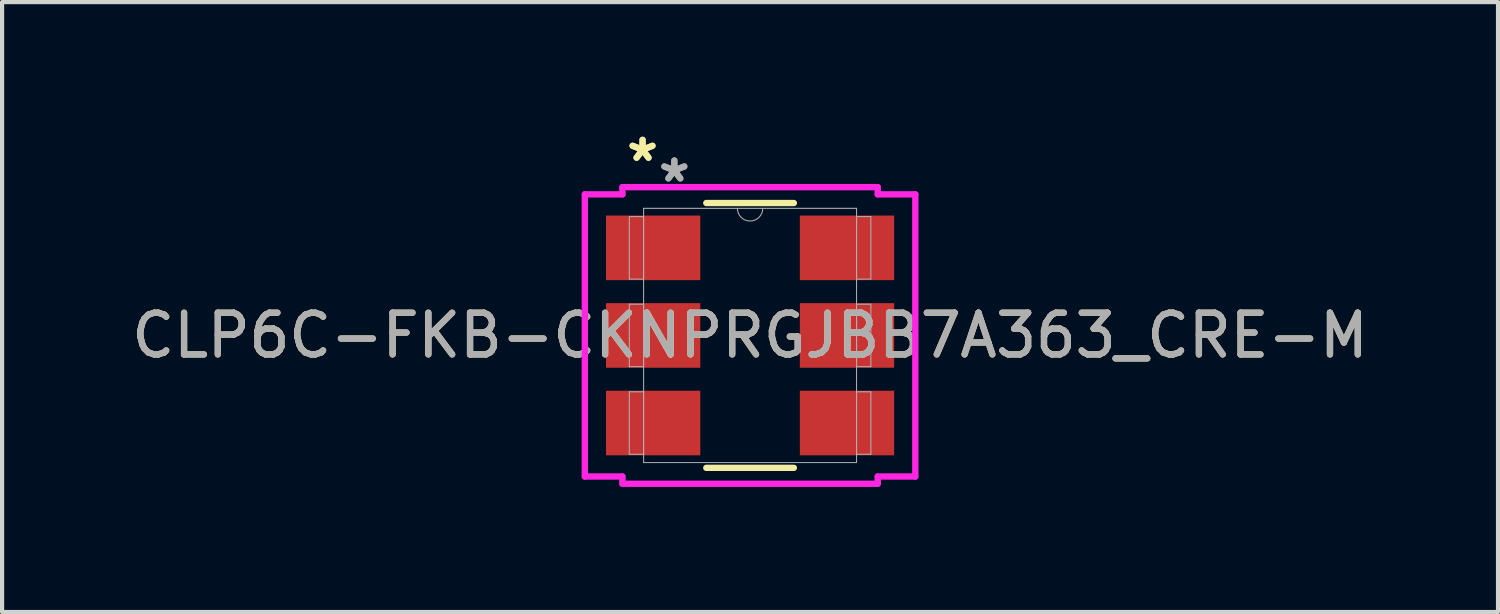
<source format=kicad_pcb>
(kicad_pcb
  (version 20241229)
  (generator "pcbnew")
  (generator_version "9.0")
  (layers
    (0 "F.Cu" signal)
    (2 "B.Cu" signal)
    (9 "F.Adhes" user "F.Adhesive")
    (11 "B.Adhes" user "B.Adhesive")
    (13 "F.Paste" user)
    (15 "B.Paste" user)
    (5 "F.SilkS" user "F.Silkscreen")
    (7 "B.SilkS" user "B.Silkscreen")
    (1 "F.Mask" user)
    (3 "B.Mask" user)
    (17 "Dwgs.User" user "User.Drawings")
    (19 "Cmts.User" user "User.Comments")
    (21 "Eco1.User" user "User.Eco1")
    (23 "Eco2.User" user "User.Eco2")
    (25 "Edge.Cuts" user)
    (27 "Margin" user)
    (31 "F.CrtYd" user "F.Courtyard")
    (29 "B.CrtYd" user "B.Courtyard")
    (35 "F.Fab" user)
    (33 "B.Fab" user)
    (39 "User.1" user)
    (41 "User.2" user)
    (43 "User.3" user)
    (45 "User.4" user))
  (footprint "CLP6C-FKB-CKNPRGJBB7A363_CRE-M"
    (layer "F.Cu")
    (at 14.935 4.993)
    (property "Reference" "CLP6C-FKB-CKNPRGJBB7A363_CRE-M" (at 0 0 0) (unlocked yes) (layer "F.SilkS") (effects (font (size 1 1) (thickness 0.15))))
    (attr smd)
    (fp_line (start -1.05 3.175) (end 1.05 3.175) (stroke (width 0.152) (type solid)) (layer "F.SilkS"))
    (fp_line (start 1.05 -3.175) (end -1.05 -3.175) (stroke (width 0.152) (type solid)) (layer "F.SilkS"))
    (fp_line (start -3.962 -3.383) (end -3.061 -3.383) (stroke (width 0.152) (type solid)) (layer "F.CrtYd"))
    (fp_line (start -3.962 3.383) (end -3.962 -3.383) (stroke (width 0.152) (type solid)) (layer "F.CrtYd"))
    (fp_line (start -3.962 3.383) (end -3.061 3.383) (stroke (width 0.152) (type solid)) (layer "F.CrtYd"))
    (fp_line (start -3.061 -3.556) (end 3.061 -3.556) (stroke (width 0.152) (type solid)) (layer "F.CrtYd"))
    (fp_line (start -3.061 -3.383) (end -3.061 -3.556) (stroke (width 0.152) (type solid)) (layer "F.CrtYd"))
    (fp_line (start -3.061 3.556) (end -3.061 3.383) (stroke (width 0.152) (type solid)) (layer "F.CrtYd"))
    (fp_line (start 3.061 -3.556) (end 3.061 -3.383) (stroke (width 0.152) (type solid)) (layer "F.CrtYd"))
    (fp_line (start 3.061 3.383) (end 3.061 3.556) (stroke (width 0.152) (type solid)) (layer "F.CrtYd"))
    (fp_line (start 3.061 3.556) (end -3.061 3.556) (stroke (width 0.152) (type solid)) (layer "F.CrtYd"))
    (fp_line (start 3.962 -3.383) (end 3.061 -3.383) (stroke (width 0.152) (type solid)) (layer "F.CrtYd"))
    (fp_line (start 3.962 -3.383) (end 3.962 3.383) (stroke (width 0.152) (type solid)) (layer "F.CrtYd"))
    (fp_line (start 3.962 3.383) (end 3.061 3.383) (stroke (width 0.152) (type solid)) (layer "F.CrtYd"))
    (fp_line (start -2.896 -2.849) (end -2.896 -1.351) (stroke (width 0.025) (type solid)) (layer "F.Fab"))
    (fp_line (start -2.896 -1.351) (end -2.553 -1.351) (stroke (width 0.025) (type solid)) (layer "F.Fab"))
    (fp_line (start -2.896 -0.749) (end -2.896 0.749) (stroke (width 0.025) (type solid)) (layer "F.Fab"))
    (fp_line (start -2.896 0.749) (end -2.553 0.749) (stroke (width 0.025) (type solid)) (layer "F.Fab"))
    (fp_line (start -2.896 1.351) (end -2.896 2.849) (stroke (width 0.025) (type solid)) (layer "F.Fab"))
    (fp_line (start -2.896 2.849) (end -2.553 2.849) (stroke (width 0.025) (type solid)) (layer "F.Fab"))
    (fp_line (start -2.553 -3.048) (end -2.553 3.048) (stroke (width 0.025) (type solid)) (layer "F.Fab"))
    (fp_line (start -2.553 -2.849) (end -2.896 -2.849) (stroke (width 0.025) (type solid)) (layer "F.Fab"))
    (fp_line (start -2.553 -1.351) (end -2.553 -2.849) (stroke (width 0.025) (type solid)) (layer "F.Fab"))
    (fp_line (start -2.553 -0.749) (end -2.896 -0.749) (stroke (width 0.025) (type solid)) (layer "F.Fab"))
    (fp_line (start -2.553 0.749) (end -2.553 -0.749) (stroke (width 0.025) (type solid)) (layer "F.Fab"))
    (fp_line (start -2.553 1.351) (end -2.896 1.351) (stroke (width 0.025) (type solid)) (layer "F.Fab"))
    (fp_line (start -2.553 2.849) (end -2.553 1.351) (stroke (width 0.025) (type solid)) (layer "F.Fab"))
    (fp_line (start -2.553 3.048) (end 2.553 3.048) (stroke (width 0.025) (type solid)) (layer "F.Fab"))
    (fp_line (start 2.553 -3.048) (end -2.553 -3.048) (stroke (width 0.025) (type solid)) (layer "F.Fab"))
    (fp_line (start 2.553 -2.849) (end 2.553 -1.351) (stroke (width 0.025) (type solid)) (layer "F.Fab"))
    (fp_line (start 2.553 -1.351) (end 2.896 -1.351) (stroke (width 0.025) (type solid)) (layer "F.Fab"))
    (fp_line (start 2.553 -0.749) (end 2.553 0.749) (stroke (width 0.025) (type solid)) (layer "F.Fab"))
    (fp_line (start 2.553 0.749) (end 2.896 0.749) (stroke (width 0.025) (type solid)) (layer "F.Fab"))
    (fp_line (start 2.553 1.351) (end 2.553 2.849) (stroke (width 0.025) (type solid)) (layer "F.Fab"))
    (fp_line (start 2.553 2.849) (end 2.896 2.849) (stroke (width 0.025) (type solid)) (layer "F.Fab"))
    (fp_line (start 2.553 3.048) (end 2.553 -3.048) (stroke (width 0.025) (type solid)) (layer "F.Fab"))
    (fp_line (start 2.896 -2.849) (end 2.553 -2.849) (stroke (width 0.025) (type solid)) (layer "F.Fab"))
    (fp_line (start 2.896 -1.351) (end 2.896 -2.849) (stroke (width 0.025) (type solid)) (layer "F.Fab"))
    (fp_line (start 2.896 -0.749) (end 2.553 -0.749) (stroke (width 0.025) (type solid)) (layer "F.Fab"))
    (fp_line (start 2.896 0.749) (end 2.896 -0.749) (stroke (width 0.025) (type solid)) (layer "F.Fab"))
    (fp_line (start 2.896 1.351) (end 2.553 1.351) (stroke (width 0.025) (type solid)) (layer "F.Fab"))
    (fp_line (start 2.896 2.849) (end 2.896 1.351) (stroke (width 0.025) (type solid)) (layer "F.Fab"))
    (fp_arc (start 0.3048 -3.048) (mid 0 -2.7432) (end -0.3048 -3.048) (stroke (width 0.0254) (type solid)) (layer "F.Fab"))
    (fp_text user "*" (at -2.578 -4.145 0) (unlocked yes) (layer "F.SilkS") (effects (font (size 1 1) (thickness 0.15))))
    (fp_text user "*" (at -2.578 -4.145 0) (layer "F.SilkS") (effects (font (size 1 1) (thickness 0.15))))
    (fp_text user "${REFERENCE}" (at 0 0 0) (unlocked yes) (layer "F.Fab") (effects (font (size 1 1) (thickness 0.15))))
    (fp_text user "*" (at -1.816 -3.649 0) (unlocked yes) (layer "F.Fab") (effects (font (size 1 1) (thickness 0.15))))
    (fp_text user "*" (at -1.816 -3.649 0) (layer "F.Fab") (effects (font (size 1 1) (thickness 0.15))))
    (pad "1" smd rect (at -2.324 -2.1) (size 2.261 1.549) (layers "F.Cu" "F.Mask" "F.Paste"))
    (pad "2" smd rect (at -2.324 0) (size 2.261 1.549) (layers "F.Cu" "F.Mask" "F.Paste"))
    (pad "3" smd rect (at -2.324 2.1) (size 2.261 1.549) (layers "F.Cu" "F.Mask" "F.Paste"))
    (pad "4" smd rect (at 2.324 2.1) (size 2.261 1.549) (layers "F.Cu" "F.Mask" "F.Paste"))
    (pad "5" smd rect (at 2.324 0) (size 2.261 1.549) (layers "F.Cu" "F.Mask" "F.Paste"))
    (pad "6" smd rect (at 2.324 -2.1) (size 2.261 1.549) (layers "F.Cu" "F.Mask" "F.Paste")))
  (gr_rect
    (start -3 -3)
    (end 32.869 11.625)
    (stroke (width 0.1) (type default))
    (fill no)
    (layer "Edge.Cuts")))
</source>
